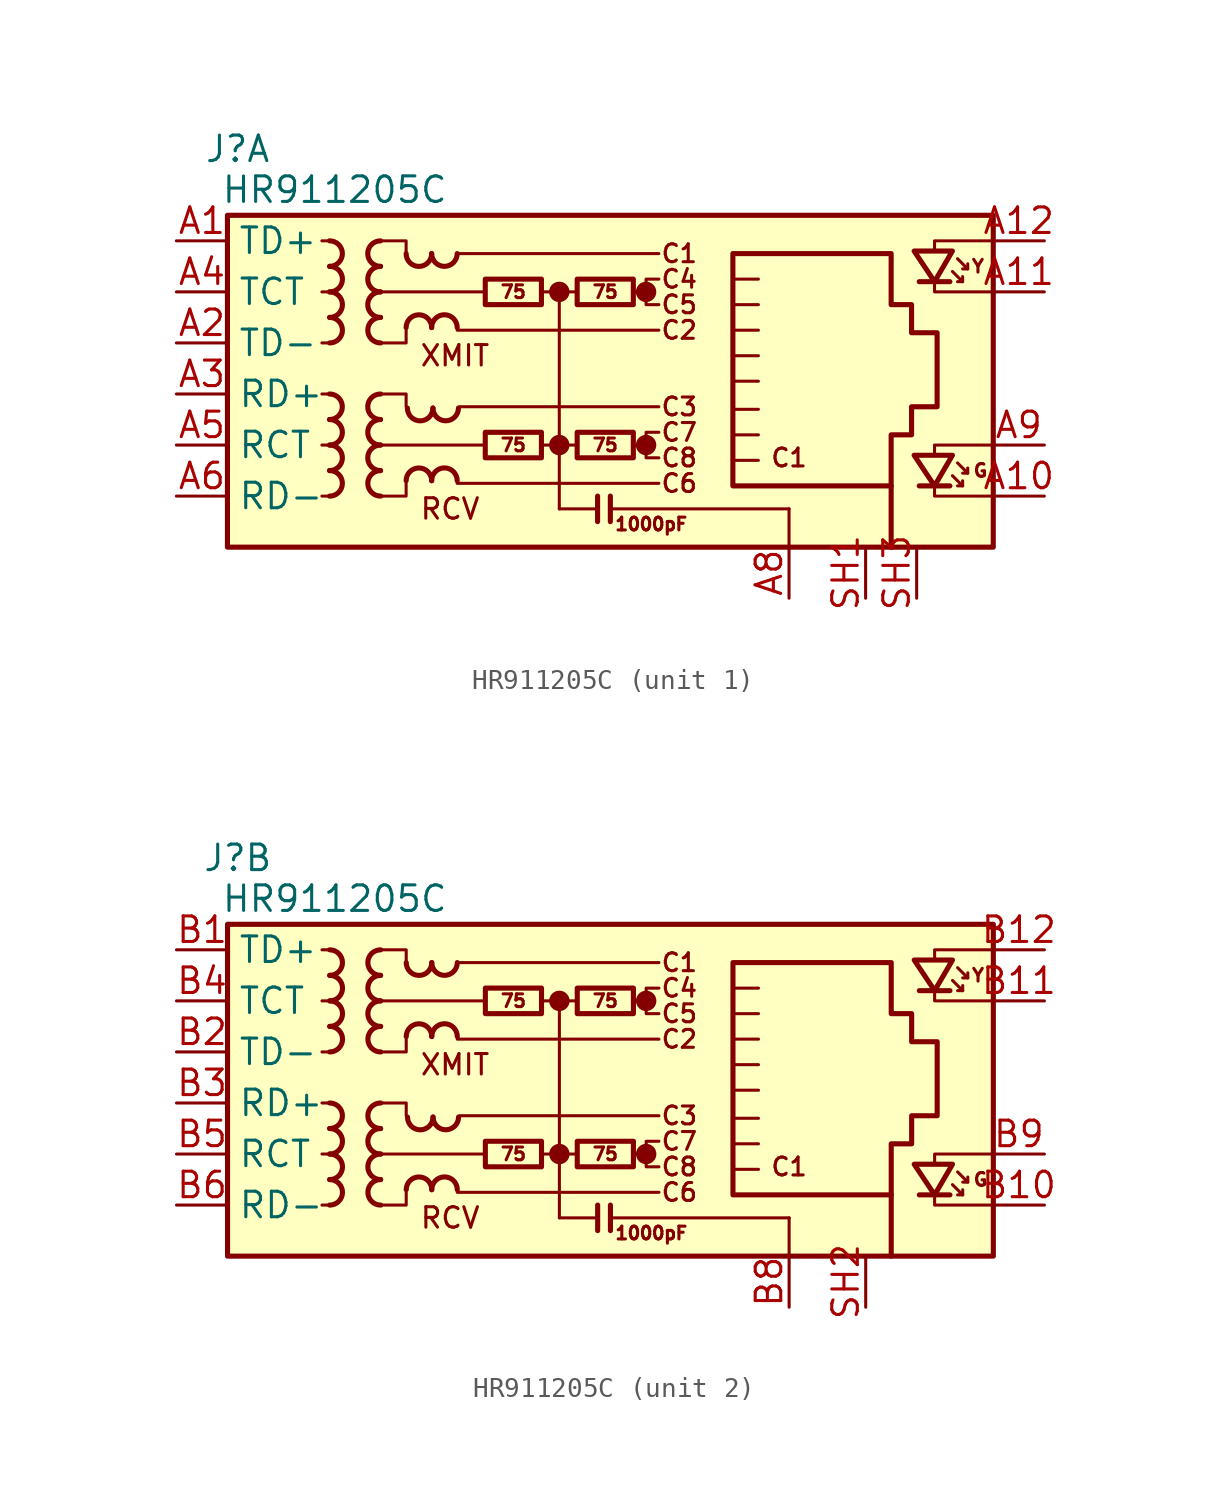
<source format=kicad_sym>
(kicad_symbol_lib
  (version 20241209)
  (generator "kicad_symbol_editor")
  (generator_version "9.0")
  (symbol "HR911205C"
    (property "Reference" "J"
      (at -17.272 12.192 0)
      (effects (font (size 1.27 1.27))))
    (property "Value" "HR911205C"
      (at -12.446 10.16 0)
      (effects (font (size 1.27 1.27))))
    (symbol "HR911205C_0_0"
      (circle (center -1.27 5.08) (radius 0.0001) (stroke (width 0.508) (type default)) (fill (type none)))
      (polyline (pts (xy -1.27 5.08) (xy -1.27 -5.715)) (stroke (width 0) (type default)) (fill (type none)))
      (circle (center -1.27 -2.54) (radius 0.0001) (stroke (width 0.508) (type default)) (fill (type none)))
      (polyline (pts (xy 0.635 -5.08) (xy 0.635 -6.35)) (stroke (width 0.254) (type default)) (fill (type none)))
      (polyline (pts (xy 1.27 -5.08) (xy 1.27 -6.35)) (stroke (width 0.254) (type default)) (fill (type none)))
      (polyline (pts (xy 3.048 5.08) (xy 2.54 5.08)) (stroke (width 0) (type default)) (fill (type none)))
      (circle (center 3.048 5.08) (radius 0.0001) (stroke (width 0.508) (type default)) (fill (type none)))
      (polyline (pts (xy 3.048 -2.54) (xy 2.54 -2.54)) (stroke (width 0) (type default)) (fill (type none)))
      (circle (center 3.048 -2.54) (radius 0.0001) (stroke (width 0.508) (type default)) (fill (type none)))
      (polyline (pts (xy 3.683 5.715) (xy 3.048 5.715) (xy 3.048 4.445) (xy 3.683 4.445)) (stroke (width 0) (type default)) (fill (type none)))
      (polyline (pts (xy 3.683 -1.905) (xy 3.048 -1.905) (xy 3.048 -3.175) (xy 3.683 -3.175)) (stroke (width 0) (type default)) (fill (type none)))
      (polyline (pts (xy 17.399 7.112) (xy 17.399 7.62) (xy 20.32 7.62)) (stroke (width 0) (type default)) (fill (type none)))
      (polyline (pts (xy 17.399 -3.048) (xy 17.399 -2.54) (xy 20.32 -2.54)) (stroke (width 0) (type default)) (fill (type none)))
      (polyline (pts (xy 20.32 5.08) (xy 17.399 5.08) (xy 17.399 5.588)) (stroke (width 0) (type default)) (fill (type none)))
      (polyline (pts (xy 20.32 -5.08) (xy 17.399 -5.08) (xy 17.399 -4.572)) (stroke (width 0) (type default)) (fill (type none)))
      (text "XMIT" (at -8.255 1.905 0) (effects (font (size 1.016 1.016)) (justify left)))
      (text "RCV" (at -8.255 -5.715 0) (effects (font (size 1.016 1.016)) (justify left)))
      (text "C1" (at 4.699 6.985 0) (effects (font (size 0.889 0.889))))
      (text "C4" (at 4.699 5.715 0) (effects (font (size 0.889 0.889))))
      (text "C5" (at 4.699 4.445 0) (effects (font (size 0.889 0.889))))
      (text "C2" (at 4.699 3.175 0) (effects (font (size 0.889 0.889))))
      (text "C3" (at 4.699 -0.635 0) (effects (font (size 0.889 0.889))))
      (text "C7" (at 4.699 -1.905 0) (effects (font (size 0.889 0.889))))
      (text "C8" (at 4.699 -3.175 0) (effects (font (size 0.889 0.889))))
      (text "C6" (at 4.699 -4.445 0) (effects (font (size 0.889 0.889))))
      (text "C1" (at 10.16 -3.175 0) (effects (font (size 0.889 0.889)))))
    (symbol "HR911205C_0_1"
      (rectangle (start -17.78 8.89) (end 20.32 -7.62) (stroke (width 0.254) (type default)) (fill (type background)))
      (polyline (pts (xy -12.7 7.62) (xy -13.081 7.62)) (stroke (width 0) (type default)) (fill (type none)))
      (polyline (pts (xy -12.7 5.08) (xy -13.081 5.08)) (stroke (width 0) (type default)) (fill (type none)))
      (polyline (pts (xy -12.7 2.54) (xy -13.081 2.54)) (stroke (width 0) (type default)) (fill (type none)))
      (polyline (pts (xy -12.7 0) (xy -13.081 0)) (stroke (width 0) (type default)) (fill (type none)))
      (polyline (pts (xy -12.7 -2.54) (xy -13.081 -2.54)) (stroke (width 0) (type default)) (fill (type none)))
      (polyline (pts (xy -12.7 -5.08) (xy -13.081 -5.08)) (stroke (width 0) (type default)) (fill (type none)))
      (polyline (pts (xy -10.16 7.62) (xy -8.89 7.62) (xy -8.89 6.985)) (stroke (width 0) (type default)) (fill (type none)))
      (polyline (pts (xy -10.16 0) (xy -8.89 0) (xy -8.89 -0.635)) (stroke (width 0) (type default)) (fill (type none)))
      (polyline (pts (xy -8.89 3.175) (xy -8.89 2.54) (xy -10.16 2.54)) (stroke (width 0) (type default)) (fill (type none)))
      (polyline (pts (xy -8.89 -4.445) (xy -8.89 -5.08) (xy -10.16 -5.08)) (stroke (width 0) (type default)) (fill (type none)))
      (polyline (pts (xy -6.35 6.985) (xy 3.683 6.985)) (stroke (width 0) (type default)) (fill (type none)))
      (polyline (pts (xy -6.35 3.175) (xy 3.683 3.175)) (stroke (width 0) (type default)) (fill (type none)))
      (polyline (pts (xy -6.35 -4.445) (xy 3.683 -4.445)) (stroke (width 0) (type default)) (fill (type none)))
      (polyline (pts (xy -6.223 -0.635) (xy 3.683 -0.635)) (stroke (width 0) (type default)) (fill (type none)))
      (polyline (pts (xy -5.08 -2.54) (xy -10.16 -2.54)) (stroke (width 0) (type default)) (fill (type none)))
      (polyline (pts (xy -4.953 5.08) (xy -10.16 5.08)) (stroke (width 0) (type default)) (fill (type none)))
      (polyline (pts (xy -2.159 5.08) (xy -0.381 5.08)) (stroke (width 0) (type default)) (fill (type none)))
      (polyline (pts (xy -2.159 -2.54) (xy -0.381 -2.54)) (stroke (width 0) (type default)) (fill (type none)))
      (polyline (pts (xy 0.635 -5.715) (xy -1.27 -5.715)) (stroke (width 0) (type default)) (fill (type none)))
      (polyline (pts (xy 7.366 3.175) (xy 8.636 3.175)) (stroke (width 0) (type default)) (fill (type none)))
      (polyline (pts (xy 7.366 1.905) (xy 8.636 1.905)) (stroke (width 0) (type default)) (fill (type none)))
      (polyline (pts (xy 7.366 0.635) (xy 8.636 0.635)) (stroke (width 0) (type default)) (fill (type none)))
      (polyline (pts (xy 7.366 -0.762) (xy 8.636 -0.762)) (stroke (width 0) (type default)) (fill (type none)))
      (polyline (pts (xy 7.366 -2.032) (xy 8.636 -2.032)) (stroke (width 0) (type default)) (fill (type none)))
      (polyline (pts (xy 8.636 5.715) (xy 7.366 5.715)) (stroke (width 0) (type default)) (fill (type none)))
      (polyline (pts (xy 8.636 4.445) (xy 7.366 4.445)) (stroke (width 0) (type default)) (fill (type none)))
      (polyline (pts (xy 8.636 -3.302) (xy 7.366 -3.302)) (stroke (width 0) (type default)) (fill (type none)))
      (polyline (pts (xy 10.16 -5.715) (xy 1.27 -5.715)) (stroke (width 0) (type default)) (fill (type none)))
      (polyline (pts (xy 10.16 -5.715) (xy 10.16 -7.62)) (stroke (width 0) (type default)) (fill (type none))))
    (symbol "HR911205C_1_0"
      (text "1000pF" (at 3.302 -6.477 0) (effects (font (size 0.635 0.635)))))
    (symbol "HR911205C_1_1"
      (arc (start -12.7 0) (mid -12.0677 -0.635) (end -12.7 -1.27) (stroke (width 0.254) (type default)) (fill (type none)))
      (arc (start -12.6973 7.62) (mid -12.065 6.985) (end -12.6973 6.35) (stroke (width 0.254) (type default)) (fill (type none)))
      (arc (start -12.6973 -1.27) (mid -12.065 -1.905) (end -12.6973 -2.54) (stroke (width 0.254) (type default)) (fill (type none)))
      (arc (start -12.6973 -2.54) (mid -12.065 -3.175) (end -12.6973 -3.81) (stroke (width 0.254) (type default)) (fill (type none)))
      (arc (start -12.6973 -3.81) (mid -12.065 -4.445) (end -12.6973 -5.08) (stroke (width 0.254) (type default)) (fill (type none)))
      (arc (start -12.6946 6.35) (mid -12.0623 5.715) (end -12.6946 5.08) (stroke (width 0.254) (type default)) (fill (type none)))
      (arc (start -12.6946 5.08) (mid -12.0623 4.445) (end -12.6946 3.81) (stroke (width 0.254) (type default)) (fill (type none)))
      (arc (start -12.6946 3.81) (mid -12.0623 3.175) (end -12.6946 2.54) (stroke (width 0.254) (type default)) (fill (type none)))
      (arc (start -10.1654 6.35) (mid -10.7977 6.985) (end -10.1654 7.62) (stroke (width 0.254) (type default)) (fill (type none)))
      (arc (start -10.1654 5.08) (mid -10.7977 5.715) (end -10.1654 6.35) (stroke (width 0.254) (type default)) (fill (type none)))
      (arc (start -10.1654 3.81) (mid -10.7977 4.445) (end -10.1654 5.08) (stroke (width 0.254) (type default)) (fill (type none)))
      (arc (start -10.1654 -1.27) (mid -10.7977 -0.635) (end -10.1654 0) (stroke (width 0.254) (type default)) (fill (type none)))
      (arc (start -10.1654 -2.54) (mid -10.7977 -1.905) (end -10.1654 -1.27) (stroke (width 0.254) (type default)) (fill (type none)))
      (arc (start -10.1654 -3.81) (mid -10.7977 -3.175) (end -10.1654 -2.54) (stroke (width 0.254) (type default)) (fill (type none)))
      (arc (start -10.1627 2.54) (mid -10.795 3.175) (end -10.1627 3.81) (stroke (width 0.254) (type default)) (fill (type none)))
      (arc (start -10.1627 -5.08) (mid -10.795 -4.445) (end -10.1627 -3.81) (stroke (width 0.254) (type default)) (fill (type none)))
      (arc (start -7.62 6.9823) (mid -8.255 6.35) (end -8.89 6.9823) (stroke (width 0.254) (type default)) (fill (type none)))
      (arc (start -8.89 3.3047) (mid -8.255 3.937) (end -7.62 3.3047) (stroke (width 0.254) (type default)) (fill (type none)))
      (arc (start -8.89 -4.3153) (mid -8.255 -3.683) (end -7.62 -4.3153) (stroke (width 0.254) (type default)) (fill (type none)))
      (arc (start -7.5565 -0.7012) (mid -8.1915 -1.3335) (end -8.8265 -0.7012) (stroke (width 0.254) (type default)) (fill (type none)))
      (arc (start -6.35 6.985) (mid -6.985 6.3527) (end -7.62 6.985) (stroke (width 0.254) (type default)) (fill (type none)))
      (arc (start -7.62 3.3074) (mid -6.985 3.9397) (end -6.35 3.3074) (stroke (width 0.254) (type default)) (fill (type none)))
      (arc (start -7.62 -4.3126) (mid -6.985 -3.6803) (end -6.35 -4.3126) (stroke (width 0.254) (type default)) (fill (type none)))
      (arc (start -6.2865 -0.6985) (mid -6.9215 -1.3308) (end -7.5565 -0.6985) (stroke (width 0.254) (type default)) (fill (type none)))
      (rectangle (start -4.953 5.715) (end -2.159 4.445) (stroke (width 0.254) (type default)) (fill (type none)))
      (rectangle (start -4.953 -1.905) (end -2.159 -3.175) (stroke (width 0.254) (type default)) (fill (type none)))
      (rectangle (start -0.381 5.715) (end 2.413 4.445) (stroke (width 0.254) (type default)) (fill (type none)))
      (rectangle (start -0.381 -1.905) (end 2.413 -3.175) (stroke (width 0.254) (type default)) (fill (type none)))
      (polyline (pts (xy 7.366 -4.572) (xy 7.366 6.985) (xy 15.24 6.985) (xy 15.24 4.445) (xy 16.256 4.445) (xy 16.256 3.048) (xy 17.526 3.048) (xy 17.526 -0.635) (xy 16.256 -0.635) (xy 16.256 -2.032) (xy 15.24 -2.032) (xy 15.24 -4.572) (xy 7.366 -4.572)) (stroke (width 0.254) (type default)) (fill (type none)))
      (polyline (pts (xy 15.24 -7.62) (xy 15.24 -4.572)) (stroke (width 0.254) (type default)) (fill (type none)))
      (polyline (pts (xy 18.161 5.588) (xy 16.637 5.588)) (stroke (width 0.254) (type default)) (fill (type none)))
      (polyline (pts (xy 18.161 -4.572) (xy 16.637 -4.572)) (stroke (width 0.254) (type default)) (fill (type none)))
      (polyline (pts (xy 18.288 7.112) (xy 16.383 7.112) (xy 17.399 5.588) (xy 18.288 7.112)) (stroke (width 0.254) (type default)) (fill (type none)))
      (polyline (pts (xy 18.288 6.096) (xy 18.796 5.588) (xy 18.542 5.588)) (stroke (width 0) (type default)) (fill (type none)))
      (polyline (pts (xy 18.288 -3.048) (xy 16.383 -3.048) (xy 17.399 -4.572) (xy 18.288 -3.048)) (stroke (width 0.254) (type default)) (fill (type none)))
      (polyline (pts (xy 18.288 -4.064) (xy 18.796 -4.572) (xy 18.542 -4.572)) (stroke (width 0) (type default)) (fill (type none)))
      (polyline (pts (xy 18.542 6.731) (xy 19.05 6.223) (xy 18.796 6.223)) (stroke (width 0) (type default)) (fill (type none)))
      (polyline (pts (xy 18.542 -3.429) (xy 19.05 -3.937) (xy 18.796 -3.937)) (stroke (width 0) (type default)) (fill (type none)))
      (polyline (pts (xy 18.796 5.588) (xy 18.796 5.842)) (stroke (width 0) (type default)) (fill (type none)))
      (polyline (pts (xy 18.796 -4.572) (xy 18.796 -4.318)) (stroke (width 0) (type default)) (fill (type none)))
      (polyline (pts (xy 19.05 6.223) (xy 19.05 6.477)) (stroke (width 0) (type default)) (fill (type none)))
      (polyline (pts (xy 19.05 -3.937) (xy 19.05 -3.683)) (stroke (width 0) (type default)) (fill (type none)))
      (text "75" (at -3.556 5.08 0) (effects (font (size 0.635 0.635))))
      (text "75" (at -3.556 -2.54 0) (effects (font (size 0.635 0.635))))
      (text "75" (at 1.016 5.08 0) (effects (font (size 0.635 0.635))))
      (text "75" (at 1.016 -2.54 0) (effects (font (size 0.635 0.635))))
      (text "Y" (at 19.558 6.35 0) (effects (font (size 0.635 0.635))))
      (text "G" (at 19.685 -3.81 0) (effects (font (size 0.635 0.635))))
      (pin passive line (at -20.32 7.62 0) (length 2.54) (name "TD+" (effects (font (size 1.27 1.27)))) (number "A1" (effects (font (size 1.27 1.27)))))
      (pin passive line (at -20.32 5.08 0) (length 2.54) (name "TCT" (effects (font (size 1.27 1.27)))) (number "A4" (effects (font (size 1.27 1.27)))))
      (pin passive line (at -20.32 2.54 0) (length 2.54) (name "TD-" (effects (font (size 1.27 1.27)))) (number "A2" (effects (font (size 1.27 1.27)))))
      (pin passive line (at -20.32 0 0) (length 2.54) (name "RD+" (effects (font (size 1.27 1.27)))) (number "A3" (effects (font (size 1.27 1.27)))))
      (pin passive line (at -20.32 -2.54 0) (length 2.54) (name "RCT" (effects (font (size 1.27 1.27)))) (number "A5" (effects (font (size 1.27 1.27)))))
      (pin passive line (at -20.32 -5.08 0) (length 2.54) (name "RD-" (effects (font (size 1.27 1.27)))) (number "A6" (effects (font (size 1.27 1.27)))))
      (pin power_in line (at 10.16 -10.16 90) (length 2.54) (name "" (effects (font (size 1.27 1.27)))) (number "A8" (effects (font (size 1.27 1.27)))))
      (pin passive line (at 13.97 -10.16 90) (length 2.54) (name "" (effects (font (size 1.27 1.27)))) (number "SH1" (effects (font (size 1.27 1.27)))))
      (pin passive line (at 16.51 -10.16 90) (length 2.54) (name "" (effects (font (size 1.27 1.27)))) (number "SH3" (effects (font (size 1.27 1.27)))))
      (pin no_connect line (at 20.32 0 0) (length 0) (hide yes) (name "NC" (effects (font (size 1.27 1.27)))) (number "A7" (effects (font (size 1.27 1.27)))))
      (pin passive line (at 22.86 7.62 180) (length 2.54) (name "" (effects (font (size 1.27 1.27)))) (number "A12" (effects (font (size 1.27 1.27)))))
      (pin passive line (at 22.86 5.08 180) (length 2.54) (name "" (effects (font (size 1.27 1.27)))) (number "A11" (effects (font (size 1.27 1.27)))))
      (pin passive line (at 22.86 -2.54 180) (length 2.54) (name "" (effects (font (size 1.27 1.27)))) (number "A9" (effects (font (size 1.27 1.27)))))
      (pin passive line (at 22.86 -5.08 180) (length 2.54) (name "" (effects (font (size 1.27 1.27)))) (number "A10" (effects (font (size 1.27 1.27))))))
    (symbol "HR911205C_2_0"
      (text "1000pF" (at 3.302 -6.477 0) (effects (font (size 0.635 0.635)))))
    (symbol "HR911205C_2_1"
      (arc (start -12.7 0) (mid -12.0677 -0.635) (end -12.7 -1.27) (stroke (width 0.254) (type default)) (fill (type none)))
      (arc (start -12.6973 7.62) (mid -12.065 6.985) (end -12.6973 6.35) (stroke (width 0.254) (type default)) (fill (type none)))
      (arc (start -12.6973 -1.27) (mid -12.065 -1.905) (end -12.6973 -2.54) (stroke (width 0.254) (type default)) (fill (type none)))
      (arc (start -12.6973 -2.54) (mid -12.065 -3.175) (end -12.6973 -3.81) (stroke (width 0.254) (type default)) (fill (type none)))
      (arc (start -12.6973 -3.81) (mid -12.065 -4.445) (end -12.6973 -5.08) (stroke (width 0.254) (type default)) (fill (type none)))
      (arc (start -12.6946 6.35) (mid -12.0623 5.715) (end -12.6946 5.08) (stroke (width 0.254) (type default)) (fill (type none)))
      (arc (start -12.6946 5.08) (mid -12.0623 4.445) (end -12.6946 3.81) (stroke (width 0.254) (type default)) (fill (type none)))
      (arc (start -12.6946 3.81) (mid -12.0623 3.175) (end -12.6946 2.54) (stroke (width 0.254) (type default)) (fill (type none)))
      (arc (start -10.1654 6.35) (mid -10.7977 6.985) (end -10.1654 7.62) (stroke (width 0.254) (type default)) (fill (type none)))
      (arc (start -10.1654 5.08) (mid -10.7977 5.715) (end -10.1654 6.35) (stroke (width 0.254) (type default)) (fill (type none)))
      (arc (start -10.1654 3.81) (mid -10.7977 4.445) (end -10.1654 5.08) (stroke (width 0.254) (type default)) (fill (type none)))
      (arc (start -10.1654 -1.27) (mid -10.7977 -0.635) (end -10.1654 0) (stroke (width 0.254) (type default)) (fill (type none)))
      (arc (start -10.1654 -2.54) (mid -10.7977 -1.905) (end -10.1654 -1.27) (stroke (width 0.254) (type default)) (fill (type none)))
      (arc (start -10.1654 -3.81) (mid -10.7977 -3.175) (end -10.1654 -2.54) (stroke (width 0.254) (type default)) (fill (type none)))
      (arc (start -10.1627 2.54) (mid -10.795 3.175) (end -10.1627 3.81) (stroke (width 0.254) (type default)) (fill (type none)))
      (arc (start -10.1627 -5.08) (mid -10.795 -4.445) (end -10.1627 -3.81) (stroke (width 0.254) (type default)) (fill (type none)))
      (arc (start -7.62 6.9823) (mid -8.255 6.35) (end -8.89 6.9823) (stroke (width 0.254) (type default)) (fill (type none)))
      (arc (start -8.89 3.3047) (mid -8.255 3.937) (end -7.62 3.3047) (stroke (width 0.254) (type default)) (fill (type none)))
      (arc (start -8.89 -4.3153) (mid -8.255 -3.683) (end -7.62 -4.3153) (stroke (width 0.254) (type default)) (fill (type none)))
      (arc (start -7.5565 -0.7012) (mid -8.1915 -1.3335) (end -8.8265 -0.7012) (stroke (width 0.254) (type default)) (fill (type none)))
      (arc (start -6.35 6.985) (mid -6.985 6.3527) (end -7.62 6.985) (stroke (width 0.254) (type default)) (fill (type none)))
      (arc (start -7.62 3.3074) (mid -6.985 3.9397) (end -6.35 3.3074) (stroke (width 0.254) (type default)) (fill (type none)))
      (arc (start -7.62 -4.3126) (mid -6.985 -3.6803) (end -6.35 -4.3126) (stroke (width 0.254) (type default)) (fill (type none)))
      (arc (start -6.2865 -0.6985) (mid -6.9215 -1.3308) (end -7.5565 -0.6985) (stroke (width 0.254) (type default)) (fill (type none)))
      (rectangle (start -4.953 5.715) (end -2.159 4.445) (stroke (width 0.254) (type default)) (fill (type none)))
      (rectangle (start -4.953 -1.905) (end -2.159 -3.175) (stroke (width 0.254) (type default)) (fill (type none)))
      (rectangle (start -0.381 5.715) (end 2.413 4.445) (stroke (width 0.254) (type default)) (fill (type none)))
      (rectangle (start -0.381 -1.905) (end 2.413 -3.175) (stroke (width 0.254) (type default)) (fill (type none)))
      (polyline (pts (xy 7.366 -4.572) (xy 7.366 6.985) (xy 15.24 6.985) (xy 15.24 4.445) (xy 16.256 4.445) (xy 16.256 3.048) (xy 17.526 3.048) (xy 17.526 -0.635) (xy 16.256 -0.635) (xy 16.256 -2.032) (xy 15.24 -2.032) (xy 15.24 -4.572) (xy 7.366 -4.572)) (stroke (width 0.254) (type default)) (fill (type none)))
      (polyline (pts (xy 15.24 -7.62) (xy 15.24 -4.572)) (stroke (width 0.254) (type default)) (fill (type none)))
      (polyline (pts (xy 18.161 5.588) (xy 16.637 5.588)) (stroke (width 0.254) (type default)) (fill (type none)))
      (polyline (pts (xy 18.161 -4.572) (xy 16.637 -4.572)) (stroke (width 0.254) (type default)) (fill (type none)))
      (polyline (pts (xy 18.288 7.112) (xy 16.383 7.112) (xy 17.399 5.588) (xy 18.288 7.112)) (stroke (width 0.254) (type default)) (fill (type none)))
      (polyline (pts (xy 18.288 6.096) (xy 18.796 5.588) (xy 18.542 5.588)) (stroke (width 0) (type default)) (fill (type none)))
      (polyline (pts (xy 18.288 -3.048) (xy 16.383 -3.048) (xy 17.399 -4.572) (xy 18.288 -3.048)) (stroke (width 0.254) (type default)) (fill (type none)))
      (polyline (pts (xy 18.288 -4.064) (xy 18.796 -4.572) (xy 18.542 -4.572)) (stroke (width 0) (type default)) (fill (type none)))
      (polyline (pts (xy 18.542 6.731) (xy 19.05 6.223) (xy 18.796 6.223)) (stroke (width 0) (type default)) (fill (type none)))
      (polyline (pts (xy 18.542 -3.429) (xy 19.05 -3.937) (xy 18.796 -3.937)) (stroke (width 0) (type default)) (fill (type none)))
      (polyline (pts (xy 18.796 5.588) (xy 18.796 5.842)) (stroke (width 0) (type default)) (fill (type none)))
      (polyline (pts (xy 18.796 -4.572) (xy 18.796 -4.318)) (stroke (width 0) (type default)) (fill (type none)))
      (polyline (pts (xy 19.05 6.223) (xy 19.05 6.477)) (stroke (width 0) (type default)) (fill (type none)))
      (polyline (pts (xy 19.05 -3.937) (xy 19.05 -3.683)) (stroke (width 0) (type default)) (fill (type none)))
      (text "75" (at -3.556 5.08 0) (effects (font (size 0.635 0.635))))
      (text "75" (at -3.556 -2.54 0) (effects (font (size 0.635 0.635))))
      (text "75" (at 1.016 5.08 0) (effects (font (size 0.635 0.635))))
      (text "75" (at 1.016 -2.54 0) (effects (font (size 0.635 0.635))))
      (text "Y" (at 19.558 6.35 0) (effects (font (size 0.635 0.635))))
      (text "G" (at 19.685 -3.81 0) (effects (font (size 0.635 0.635))))
      (pin passive line (at -20.32 7.62 0) (length 2.54) (name "TD+" (effects (font (size 1.27 1.27)))) (number "B1" (effects (font (size 1.27 1.27)))))
      (pin passive line (at -20.32 5.08 0) (length 2.54) (name "TCT" (effects (font (size 1.27 1.27)))) (number "B4" (effects (font (size 1.27 1.27)))))
      (pin passive line (at -20.32 2.54 0) (length 2.54) (name "TD-" (effects (font (size 1.27 1.27)))) (number "B2" (effects (font (size 1.27 1.27)))))
      (pin passive line (at -20.32 0 0) (length 2.54) (name "RD+" (effects (font (size 1.27 1.27)))) (number "B3" (effects (font (size 1.27 1.27)))))
      (pin passive line (at -20.32 -2.54 0) (length 2.54) (name "RCT" (effects (font (size 1.27 1.27)))) (number "B5" (effects (font (size 1.27 1.27)))))
      (pin passive line (at -20.32 -5.08 0) (length 2.54) (name "RD-" (effects (font (size 1.27 1.27)))) (number "B6" (effects (font (size 1.27 1.27)))))
      (pin power_in line (at 10.16 -10.16 90) (length 2.54) (name "" (effects (font (size 1.27 1.27)))) (number "B8" (effects (font (size 1.27 1.27)))))
      (pin passive line (at 13.97 -10.16 90) (length 2.54) (name "" (effects (font (size 1.27 1.27)))) (number "SH2" (effects (font (size 1.27 1.27)))))
      (pin no_connect line (at 20.32 0 0) (length 0) (hide yes) (name "NC" (effects (font (size 1.27 1.27)))) (number "B7" (effects (font (size 1.27 1.27)))))
      (pin passive line (at 22.86 7.62 180) (length 2.54) (name "" (effects (font (size 1.27 1.27)))) (number "B12" (effects (font (size 1.27 1.27)))))
      (pin passive line (at 22.86 5.08 180) (length 2.54) (name "" (effects (font (size 1.27 1.27)))) (number "B11" (effects (font (size 1.27 1.27)))))
      (pin passive line (at 22.86 -2.54 180) (length 2.54) (name "" (effects (font (size 1.27 1.27)))) (number "B9" (effects (font (size 1.27 1.27)))))
      (pin passive line (at 22.86 -5.08 180) (length 2.54) (name "" (effects (font (size 1.27 1.27)))) (number "B10" (effects (font (size 1.27 1.27))))))))
</source>
